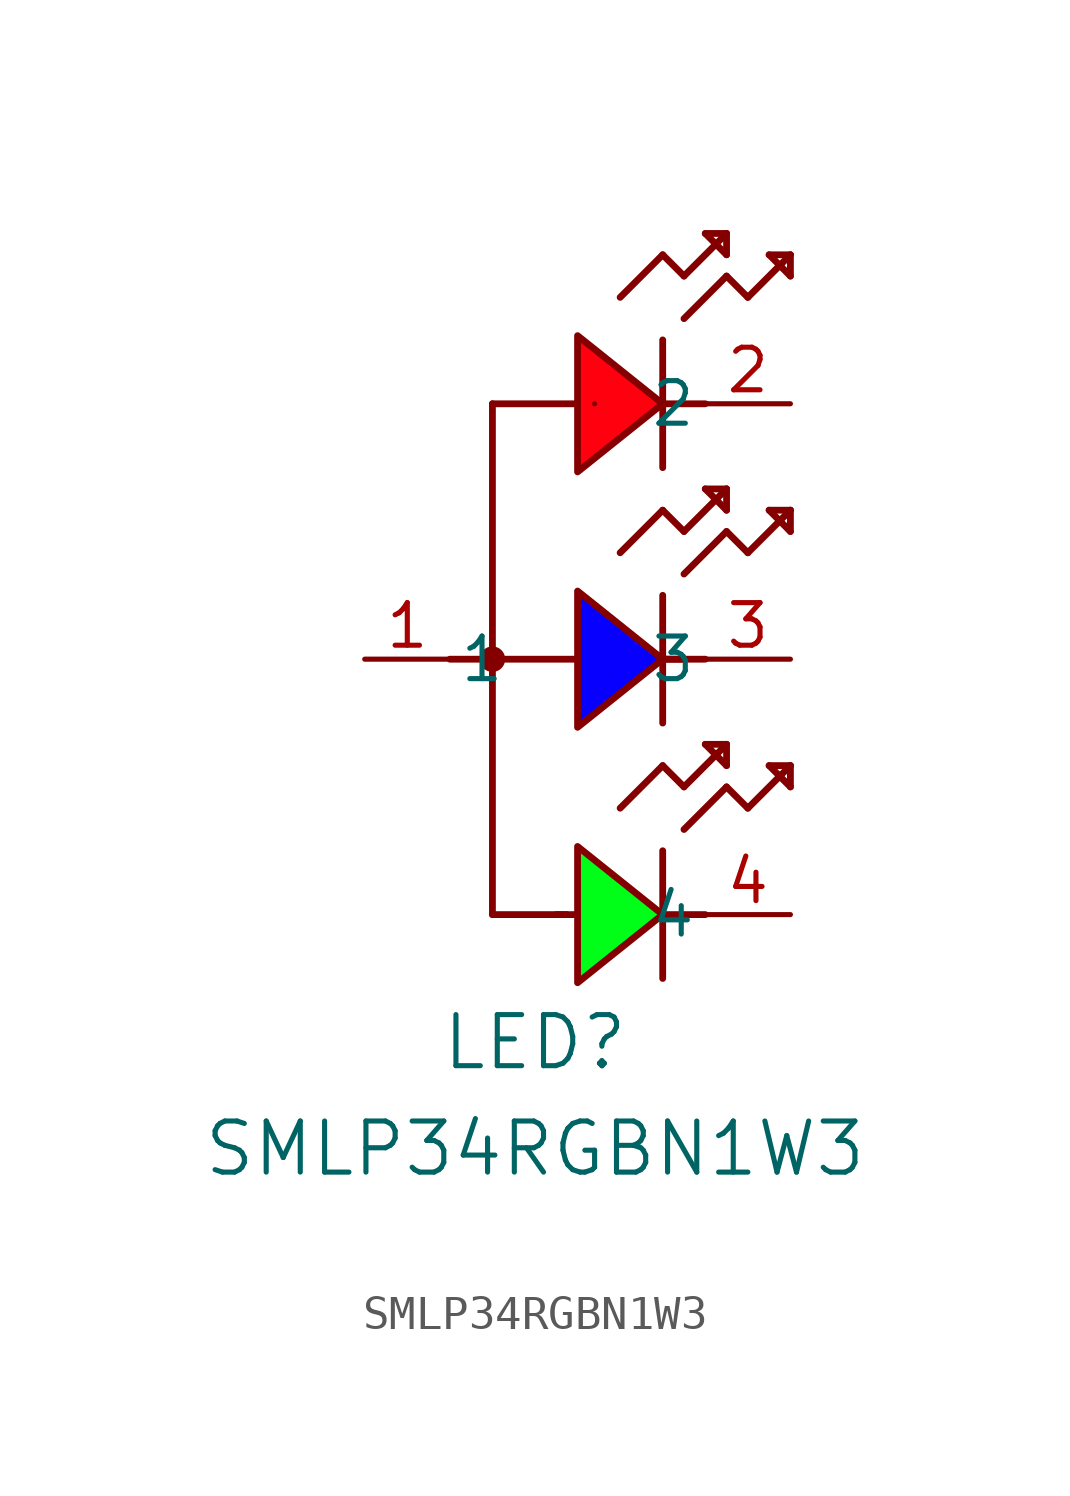
<source format=kicad_sym>
(kicad_symbol_lib
  (version 20231120)
  (generator "kicad_symbol_editor")
  (generator_version "8.0")
  (symbol "SMLP34RGBN1W3"
    (pin_names
      (offset 0.254))
    (property "Reference" "LED"
      (at 5.08 -11.43 0)
      (effects (font (size 1.524 1.524))))
    (property "Value" "SMLP34RGBN1W3"
      (at 5.08 -14.605 0)
      (effects (font (size 1.524 1.524))))
    (symbol "SMLP34RGBN1W3_0_1"
      (polyline (pts (xy 2.54 0) (xy 6.35 0)) (stroke (width 0.203) (type default)) (fill (type none)))
      (polyline (pts (xy 3.81 -7.62) (xy 6.02 -7.62)) (stroke (width 0.203) (type default)) (fill (type none)))
      (polyline (pts (xy 3.81 7.62) (xy 3.81 -7.62)) (stroke (width 0.203) (type default)) (fill (type none)))
      (polyline (pts (xy 5.715 -7.62) (xy 6.35 -7.62)) (stroke (width 0.203) (type default)) (fill (type none)))
      (polyline (pts (xy 6.858 7.62) (xy 6.858 7.62)) (stroke (width 0) (type default)) (fill (type none)))
      (polyline (pts (xy 7.62 -4.445) (xy 8.89 -3.175)) (stroke (width 0.203) (type default)) (fill (type none)))
      (polyline (pts (xy 7.62 3.175) (xy 8.89 4.445)) (stroke (width 0.203) (type default)) (fill (type none)))
      (polyline (pts (xy 7.62 10.795) (xy 8.89 12.065)) (stroke (width 0.203) (type default)) (fill (type none)))
      (polyline (pts (xy 8.89 -9.525) (xy 8.89 -5.715)) (stroke (width 0.203) (type default)) (fill (type none)))
      (polyline (pts (xy 8.89 -7.62) (xy 10.16 -7.62)) (stroke (width 0.203) (type default)) (fill (type none)))
      (polyline (pts (xy 8.89 -3.175) (xy 9.525 -3.81)) (stroke (width 0.203) (type default)) (fill (type none)))
      (polyline (pts (xy 8.89 -1.905) (xy 8.89 1.905)) (stroke (width 0.203) (type default)) (fill (type none)))
      (polyline (pts (xy 8.89 0) (xy 10.16 0)) (stroke (width 0.203) (type default)) (fill (type none)))
      (polyline (pts (xy 8.89 4.445) (xy 9.525 3.81)) (stroke (width 0.203) (type default)) (fill (type none)))
      (polyline (pts (xy 8.89 5.715) (xy 8.89 9.525)) (stroke (width 0.203) (type default)) (fill (type none)))
      (polyline (pts (xy 8.89 7.62) (xy 10.16 7.62)) (stroke (width 0.203) (type default)) (fill (type none)))
      (polyline (pts (xy 8.89 12.065) (xy 9.525 11.43)) (stroke (width 0.203) (type default)) (fill (type none)))
      (polyline (pts (xy 9.525 -5.08) (xy 10.795 -3.81)) (stroke (width 0.203) (type default)) (fill (type none)))
      (polyline (pts (xy 9.525 -3.81) (xy 10.795 -2.54)) (stroke (width 0.203) (type default)) (fill (type none)))
      (polyline (pts (xy 9.525 0) (xy 8.89 0)) (stroke (width 0.203) (type default)) (fill (type none)))
      (polyline (pts (xy 9.525 2.54) (xy 10.795 3.81)) (stroke (width 0.203) (type default)) (fill (type none)))
      (polyline (pts (xy 9.525 3.81) (xy 10.795 5.08)) (stroke (width 0.203) (type default)) (fill (type none)))
      (polyline (pts (xy 9.525 10.16) (xy 10.795 11.43)) (stroke (width 0.203) (type default)) (fill (type none)))
      (polyline (pts (xy 9.525 11.43) (xy 10.795 12.7)) (stroke (width 0.203) (type default)) (fill (type none)))
      (polyline (pts (xy 10.16 -2.54) (xy 10.795 -3.175)) (stroke (width 0.203) (type default)) (fill (type none)))
      (polyline (pts (xy 10.16 5.08) (xy 10.795 4.445)) (stroke (width 0.203) (type default)) (fill (type none)))
      (polyline (pts (xy 10.16 12.7) (xy 10.795 12.065)) (stroke (width 0.203) (type default)) (fill (type none)))
      (polyline (pts (xy 10.795 -3.81) (xy 11.43 -4.445)) (stroke (width 0.203) (type default)) (fill (type none)))
      (polyline (pts (xy 10.795 -3.175) (xy 10.795 -2.54)) (stroke (width 0.203) (type default)) (fill (type none)))
      (polyline (pts (xy 10.795 -2.54) (xy 10.16 -2.54)) (stroke (width 0.203) (type default)) (fill (type none)))
      (polyline (pts (xy 10.795 3.81) (xy 11.43 3.175)) (stroke (width 0.203) (type default)) (fill (type none)))
      (polyline (pts (xy 10.795 4.445) (xy 10.795 5.08)) (stroke (width 0.203) (type default)) (fill (type none)))
      (polyline (pts (xy 10.795 5.08) (xy 10.16 5.08)) (stroke (width 0.203) (type default)) (fill (type none)))
      (polyline (pts (xy 10.795 11.43) (xy 11.43 10.795)) (stroke (width 0.203) (type default)) (fill (type none)))
      (polyline (pts (xy 10.795 12.065) (xy 10.795 12.7)) (stroke (width 0.203) (type default)) (fill (type none)))
      (polyline (pts (xy 10.795 12.7) (xy 10.16 12.7)) (stroke (width 0.203) (type default)) (fill (type none)))
      (polyline (pts (xy 11.43 -4.445) (xy 12.7 -3.175)) (stroke (width 0.203) (type default)) (fill (type none)))
      (polyline (pts (xy 11.43 3.175) (xy 12.7 4.445)) (stroke (width 0.203) (type default)) (fill (type none)))
      (polyline (pts (xy 11.43 10.795) (xy 12.7 12.065)) (stroke (width 0.203) (type default)) (fill (type none)))
      (polyline (pts (xy 12.065 -3.175) (xy 12.7 -3.81)) (stroke (width 0.203) (type default)) (fill (type none)))
      (polyline (pts (xy 12.065 4.445) (xy 12.7 3.81)) (stroke (width 0.203) (type default)) (fill (type none)))
      (polyline (pts (xy 12.065 12.065) (xy 12.7 11.43)) (stroke (width 0.203) (type default)) (fill (type none)))
      (polyline (pts (xy 12.7 -3.81) (xy 12.7 -3.175)) (stroke (width 0.203) (type default)) (fill (type none)))
      (polyline (pts (xy 12.7 -3.175) (xy 12.065 -3.175)) (stroke (width 0.203) (type default)) (fill (type none)))
      (polyline (pts (xy 12.7 3.81) (xy 12.7 4.445)) (stroke (width 0.203) (type default)) (fill (type none)))
      (polyline (pts (xy 12.7 4.445) (xy 12.065 4.445)) (stroke (width 0.203) (type default)) (fill (type none)))
      (polyline (pts (xy 12.7 11.43) (xy 12.7 12.065)) (stroke (width 0.203) (type default)) (fill (type none)))
      (polyline (pts (xy 12.7 12.065) (xy 12.065 12.065)) (stroke (width 0.203) (type default)) (fill (type none)))
      (circle (center 3.81 0) (radius 0.254) (stroke (width 0.254) (type default)) (fill (type none)))
      (pin unspecified line (at 0 0 0) (length 2.54) (name "1" (effects (font (size 1.27 1.27)))) (number "1" (effects (font (size 1.27 1.27)))))
      (pin unspecified line (at 12.7 7.62 180) (length 2.54) (name "2" (effects (font (size 1.27 1.27)))) (number "2" (effects (font (size 1.27 1.27)))))
      (pin unspecified line (at 12.7 0 180) (length 2.54) (name "3" (effects (font (size 1.27 1.27)))) (number "3" (effects (font (size 1.27 1.27)))))
      (pin unspecified line (at 12.7 -7.62 180) (length 2.54) (name "4" (effects (font (size 1.27 1.27)))) (number "4" (effects (font (size 1.27 1.27))))))
    (symbol "SMLP34RGBN1W3_1_1"
      (polyline (pts (xy 3.81 7.62) (xy 6.35 7.62)) (stroke (width 0.203) (type default)) (fill (type none)))
      (polyline (pts (xy 8.89 -7.62) (xy 6.35 -5.588) (xy 6.35 -9.652) (xy 8.89 -7.62)) (stroke (width 0.203) (type default)) (fill (type color) (color 0 255 24 1)))
      (polyline (pts (xy 8.89 0) (xy 6.35 2.032) (xy 6.35 -2.032) (xy 8.89 0)) (stroke (width 0.203) (type default)) (fill (type color) (color 8 0 255 1)))
      (polyline (pts (xy 8.89 7.62) (xy 6.35 9.652) (xy 6.35 5.588) (xy 8.89 7.62)) (stroke (width 0.203) (type default)) (fill (type color) (color 255 0 15 1))))))
</source>
